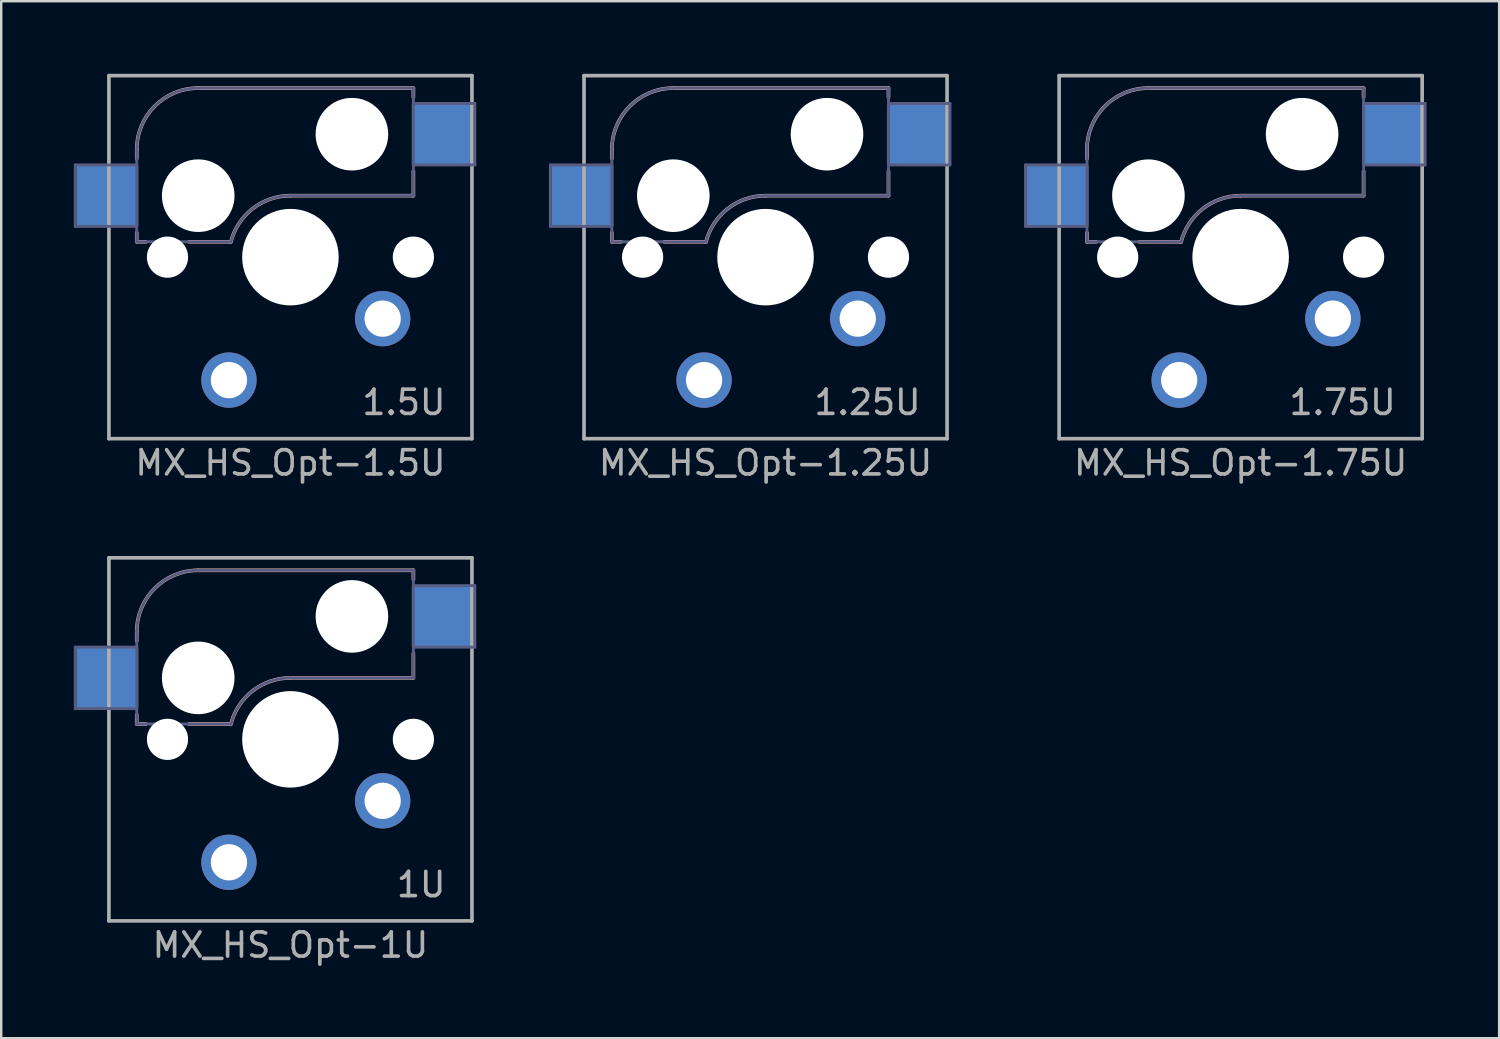
<source format=kicad_pcb>
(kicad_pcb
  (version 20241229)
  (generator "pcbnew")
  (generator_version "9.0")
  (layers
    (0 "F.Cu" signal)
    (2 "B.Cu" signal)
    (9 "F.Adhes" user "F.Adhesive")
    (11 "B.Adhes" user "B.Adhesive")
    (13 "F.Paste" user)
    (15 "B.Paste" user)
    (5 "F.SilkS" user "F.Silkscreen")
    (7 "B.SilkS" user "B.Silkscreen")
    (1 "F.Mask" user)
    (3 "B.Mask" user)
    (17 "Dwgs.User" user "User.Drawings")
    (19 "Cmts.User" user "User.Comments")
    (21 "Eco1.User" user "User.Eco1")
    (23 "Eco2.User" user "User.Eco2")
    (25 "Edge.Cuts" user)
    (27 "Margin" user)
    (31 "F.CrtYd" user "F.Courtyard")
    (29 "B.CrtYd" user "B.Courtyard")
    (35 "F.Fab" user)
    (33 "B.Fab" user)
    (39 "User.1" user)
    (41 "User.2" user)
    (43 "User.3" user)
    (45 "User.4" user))
  (footprint "MX_HS_Opt-1.75U"
    (layer "F.Cu")
    (at 48.21 7.575)
    (property "Reference" "MX_HS_Opt-1.75U" (at 0 8.5 0) (unlocked yes) (layer "F.Fab") (effects (font (size 1 1) (thickness 0.15))))
    (fp_line (start -6.35 -4.445) (end -6.35 -4.064) (stroke (width 0.15) (type solid)) (layer "B.SilkS"))
    (fp_line (start -6.35 -1.016) (end -6.35 -0.635) (stroke (width 0.15) (type solid)) (layer "B.SilkS"))
    (fp_line (start -6.35 -0.635) (end -5.969 -0.635) (stroke (width 0.15) (type solid)) (layer "B.SilkS"))
    (fp_line (start -4.191 -0.635) (end -2.54 -0.635) (stroke (width 0.15) (type solid)) (layer "B.SilkS"))
    (fp_line (start 0 -2.54) (end 5.08 -2.54) (stroke (width 0.15) (type solid)) (layer "B.SilkS"))
    (fp_line (start 5.08 -6.985) (end -3.81 -6.985) (stroke (width 0.15) (type solid)) (layer "B.SilkS"))
    (fp_line (start 5.08 -6.604) (end 5.08 -6.985) (stroke (width 0.15) (type solid)) (layer "B.SilkS"))
    (fp_line (start 5.08 -2.54) (end 5.08 -3.556) (stroke (width 0.15) (type solid)) (layer "B.SilkS"))
    (fp_arc (start -6.35 -4.445) (mid -5.606051 -6.241051) (end -3.81 -6.985) (stroke (width 0.15) (type solid)) (layer "B.SilkS"))
    (fp_arc (start -2.464162 -0.61604) (mid -1.563147 -2.002042) (end 0 -2.54) (stroke (width 0.15) (type solid)) (layer "B.SilkS"))
    (fp_line (start -6.9 6.9) (end -6.9 -6.9) (stroke (width 0.15) (type solid)) (layer "Eco2.User"))
    (fp_line (start -6.9 6.9) (end 6.9 6.9) (stroke (width 0.15) (type solid)) (layer "Eco2.User"))
    (fp_line (start 6.9 -6.9) (end -6.9 -6.9) (stroke (width 0.15) (type solid)) (layer "Eco2.User"))
    (fp_line (start 6.9 -6.9) (end 6.9 6.9) (stroke (width 0.15) (type solid)) (layer "Eco2.User"))
    (fp_line (start -8.89 -3.81) (end -8.89 -1.27) (stroke (width 0.12) (type solid)) (layer "B.Fab"))
    (fp_line (start -8.89 -1.27) (end -6.35 -1.27) (stroke (width 0.12) (type solid)) (layer "B.Fab"))
    (fp_line (start -6.35 -4.445) (end -6.35 -0.635) (stroke (width 0.12) (type solid)) (layer "B.Fab"))
    (fp_line (start -6.35 -3.81) (end -8.89 -3.81) (stroke (width 0.12) (type solid)) (layer "B.Fab"))
    (fp_line (start -6.35 -0.635) (end -2.54 -0.635) (stroke (width 0.12) (type solid)) (layer "B.Fab"))
    (fp_line (start 0 -2.54) (end 5.08 -2.54) (stroke (width 0.12) (type solid)) (layer "B.Fab"))
    (fp_line (start 5.08 -6.985) (end -3.81 -6.985) (stroke (width 0.12) (type solid)) (layer "B.Fab"))
    (fp_line (start 5.08 -3.81) (end 7.62 -3.81) (stroke (width 0.12) (type solid)) (layer "B.Fab"))
    (fp_line (start 5.08 -2.54) (end 5.08 -6.985) (stroke (width 0.12) (type solid)) (layer "B.Fab"))
    (fp_line (start 7.62 -6.35) (end 5.08 -6.35) (stroke (width 0.12) (type solid)) (layer "B.Fab"))
    (fp_line (start 7.62 -3.81) (end 7.62 -6.35) (stroke (width 0.12) (type solid)) (layer "B.Fab"))
    (fp_arc (start -6.35 -4.445) (mid -5.606051 -6.241051) (end -3.81 -6.985) (stroke (width 0.12) (type solid)) (layer "B.Fab"))
    (fp_arc (start -2.464162 -0.61604) (mid -1.563147 -2.002042) (end 0 -2.54) (stroke (width 0.12) (type solid)) (layer "B.Fab"))
    (fp_line (start -7.5 -7.5) (end 7.5 -7.5) (stroke (width 0.15) (type solid)) (layer "F.Fab"))
    (fp_line (start -7.5 7.5) (end -7.5 -7.5) (stroke (width 0.15) (type solid)) (layer "F.Fab"))
    (fp_line (start 7.5 -7.5) (end 7.5 7.5) (stroke (width 0.15) (type solid)) (layer "F.Fab"))
    (fp_line (start 7.5 7.5) (end -7.5 7.5) (stroke (width 0.15) (type solid)) (layer "F.Fab"))
    (fp_text user "1.75U" (at 6.5 6 0) (unlocked yes) (layer "F.Fab") (effects (font (size 1 1) (thickness 0.15)) (justify right)))
    (pad "" np_thru_hole circle (at -5.08 0 180) (size 1.702 1.702) (drill 1.702) (layers "*.Cu" "*.Mask"))
    (pad "" np_thru_hole circle (at -3.81 -2.54 180) (size 3 3) (drill 3) (layers "*.Cu" "*.Mask"))
    (pad "" np_thru_hole circle (at 0 0 180) (size 3.988 3.988) (drill 3.988) (layers "*.Cu" "*.Mask"))
    (pad "" np_thru_hole circle (at 2.54 -5.08 180) (size 3 3) (drill 3) (layers "*.Cu" "*.Mask"))
    (pad "" np_thru_hole circle (at 5.08 0 180) (size 1.702 1.702) (drill 1.702) (layers "*.Cu" "*.Mask"))
    (pad "1" thru_hole circle (at 3.81 2.54 180) (size 2.286 2.286) (drill 1.499) (layers "*.Cu" "*.Mask"))
    (pad "1" smd rect (at 6.29 -5.08 180) (size 2.55 2.5) (layers "B.Cu" "B.Mask" "B.Paste"))
    (pad "2" smd rect (at -7.56 -2.54 180) (size 2.55 2.5) (layers "B.Cu" "B.Mask" "B.Paste"))
    (pad "2" thru_hole circle (at -2.54 5.08 180) (size 2.286 2.286) (drill 1.499) (layers "*.Cu" "*.Mask")))
  (footprint "MX_HS_Opt-1U"
    (layer "F.Cu")
    (at 8.95 27.498)
    (property "Reference" "MX_HS_Opt-1U" (at 0 8.5 0) (unlocked yes) (layer "F.Fab") (effects (font (size 1 1) (thickness 0.15))))
    (fp_line (start -6.35 -4.445) (end -6.35 -4.064) (stroke (width 0.15) (type solid)) (layer "B.SilkS"))
    (fp_line (start -6.35 -1.016) (end -6.35 -0.635) (stroke (width 0.15) (type solid)) (layer "B.SilkS"))
    (fp_line (start -6.35 -0.635) (end -5.969 -0.635) (stroke (width 0.15) (type solid)) (layer "B.SilkS"))
    (fp_line (start -4.191 -0.635) (end -2.54 -0.635) (stroke (width 0.15) (type solid)) (layer "B.SilkS"))
    (fp_line (start 0 -2.54) (end 5.08 -2.54) (stroke (width 0.15) (type solid)) (layer "B.SilkS"))
    (fp_line (start 5.08 -6.985) (end -3.81 -6.985) (stroke (width 0.15) (type solid)) (layer "B.SilkS"))
    (fp_line (start 5.08 -6.604) (end 5.08 -6.985) (stroke (width 0.15) (type solid)) (layer "B.SilkS"))
    (fp_line (start 5.08 -2.54) (end 5.08 -3.556) (stroke (width 0.15) (type solid)) (layer "B.SilkS"))
    (fp_arc (start -6.35 -4.445) (mid -5.606051 -6.241051) (end -3.81 -6.985) (stroke (width 0.15) (type solid)) (layer "B.SilkS"))
    (fp_arc (start -2.464162 -0.61604) (mid -1.563147 -2.002042) (end 0 -2.54) (stroke (width 0.15) (type solid)) (layer "B.SilkS"))
    (fp_line (start -6.9 6.9) (end -6.9 -6.9) (stroke (width 0.15) (type solid)) (layer "Eco2.User"))
    (fp_line (start -6.9 6.9) (end 6.9 6.9) (stroke (width 0.15) (type solid)) (layer "Eco2.User"))
    (fp_line (start 6.9 -6.9) (end -6.9 -6.9) (stroke (width 0.15) (type solid)) (layer "Eco2.User"))
    (fp_line (start 6.9 -6.9) (end 6.9 6.9) (stroke (width 0.15) (type solid)) (layer "Eco2.User"))
    (fp_line (start -8.89 -3.81) (end -8.89 -1.27) (stroke (width 0.12) (type solid)) (layer "B.Fab"))
    (fp_line (start -8.89 -1.27) (end -6.35 -1.27) (stroke (width 0.12) (type solid)) (layer "B.Fab"))
    (fp_line (start -6.35 -4.445) (end -6.35 -0.635) (stroke (width 0.12) (type solid)) (layer "B.Fab"))
    (fp_line (start -6.35 -3.81) (end -8.89 -3.81) (stroke (width 0.12) (type solid)) (layer "B.Fab"))
    (fp_line (start -6.35 -0.635) (end -2.54 -0.635) (stroke (width 0.12) (type solid)) (layer "B.Fab"))
    (fp_line (start 0 -2.54) (end 5.08 -2.54) (stroke (width 0.12) (type solid)) (layer "B.Fab"))
    (fp_line (start 5.08 -6.985) (end -3.81 -6.985) (stroke (width 0.12) (type solid)) (layer "B.Fab"))
    (fp_line (start 5.08 -3.81) (end 7.62 -3.81) (stroke (width 0.12) (type solid)) (layer "B.Fab"))
    (fp_line (start 5.08 -2.54) (end 5.08 -6.985) (stroke (width 0.12) (type solid)) (layer "B.Fab"))
    (fp_line (start 7.62 -6.35) (end 5.08 -6.35) (stroke (width 0.12) (type solid)) (layer "B.Fab"))
    (fp_line (start 7.62 -3.81) (end 7.62 -6.35) (stroke (width 0.12) (type solid)) (layer "B.Fab"))
    (fp_arc (start -6.35 -4.445) (mid -5.606051 -6.241051) (end -3.81 -6.985) (stroke (width 0.12) (type solid)) (layer "B.Fab"))
    (fp_arc (start -2.464162 -0.61604) (mid -1.563147 -2.002042) (end 0 -2.54) (stroke (width 0.12) (type solid)) (layer "B.Fab"))
    (fp_line (start -7.5 -7.5) (end 7.5 -7.5) (stroke (width 0.15) (type solid)) (layer "F.Fab"))
    (fp_line (start -7.5 7.5) (end -7.5 -7.5) (stroke (width 0.15) (type solid)) (layer "F.Fab"))
    (fp_line (start 7.5 -7.5) (end 7.5 7.5) (stroke (width 0.15) (type solid)) (layer "F.Fab"))
    (fp_line (start 7.5 7.5) (end -7.5 7.5) (stroke (width 0.15) (type solid)) (layer "F.Fab"))
    (fp_text user "1U" (at 6.5 6 0) (unlocked yes) (layer "F.Fab") (effects (font (size 1 1) (thickness 0.15)) (justify right)))
    (pad "" np_thru_hole circle (at -5.08 0 180) (size 1.702 1.702) (drill 1.702) (layers "*.Cu" "*.Mask"))
    (pad "" np_thru_hole circle (at -3.81 -2.54 180) (size 3 3) (drill 3) (layers "*.Cu" "*.Mask"))
    (pad "" np_thru_hole circle (at 0 0 180) (size 3.988 3.988) (drill 3.988) (layers "*.Cu" "*.Mask"))
    (pad "" np_thru_hole circle (at 2.54 -5.08 180) (size 3 3) (drill 3) (layers "*.Cu" "*.Mask"))
    (pad "" np_thru_hole circle (at 5.08 0 180) (size 1.702 1.702) (drill 1.702) (layers "*.Cu" "*.Mask"))
    (pad "1" thru_hole circle (at 3.81 2.54 180) (size 2.286 2.286) (drill 1.499) (layers "*.Cu" "*.Mask"))
    (pad "1" smd rect (at 6.29 -5.08 180) (size 2.55 2.5) (layers "B.Cu" "B.Mask" "B.Paste"))
    (pad "2" smd rect (at -7.56 -2.54 180) (size 2.55 2.5) (layers "B.Cu" "B.Mask" "B.Paste"))
    (pad "2" thru_hole circle (at -2.54 5.08 180) (size 2.286 2.286) (drill 1.499) (layers "*.Cu" "*.Mask")))
  (footprint "MX_HS_Opt-1.5U"
    (layer "F.Cu")
    (at 8.95 7.575)
    (property "Reference" "MX_HS_Opt-1.5U" (at 0 8.5 0) (unlocked yes) (layer "F.Fab") (effects (font (size 1 1) (thickness 0.15))))
    (fp_line (start -6.35 -4.445) (end -6.35 -4.064) (stroke (width 0.15) (type solid)) (layer "B.SilkS"))
    (fp_line (start -6.35 -1.016) (end -6.35 -0.635) (stroke (width 0.15) (type solid)) (layer "B.SilkS"))
    (fp_line (start -6.35 -0.635) (end -5.969 -0.635) (stroke (width 0.15) (type solid)) (layer "B.SilkS"))
    (fp_line (start -4.191 -0.635) (end -2.54 -0.635) (stroke (width 0.15) (type solid)) (layer "B.SilkS"))
    (fp_line (start 0 -2.54) (end 5.08 -2.54) (stroke (width 0.15) (type solid)) (layer "B.SilkS"))
    (fp_line (start 5.08 -6.985) (end -3.81 -6.985) (stroke (width 0.15) (type solid)) (layer "B.SilkS"))
    (fp_line (start 5.08 -6.604) (end 5.08 -6.985) (stroke (width 0.15) (type solid)) (layer "B.SilkS"))
    (fp_line (start 5.08 -2.54) (end 5.08 -3.556) (stroke (width 0.15) (type solid)) (layer "B.SilkS"))
    (fp_arc (start -6.35 -4.445) (mid -5.606051 -6.241051) (end -3.81 -6.985) (stroke (width 0.15) (type solid)) (layer "B.SilkS"))
    (fp_arc (start -2.464162 -0.61604) (mid -1.563147 -2.002042) (end 0 -2.54) (stroke (width 0.15) (type solid)) (layer "B.SilkS"))
    (fp_line (start -6.9 6.9) (end -6.9 -6.9) (stroke (width 0.15) (type solid)) (layer "Eco2.User"))
    (fp_line (start -6.9 6.9) (end 6.9 6.9) (stroke (width 0.15) (type solid)) (layer "Eco2.User"))
    (fp_line (start 6.9 -6.9) (end -6.9 -6.9) (stroke (width 0.15) (type solid)) (layer "Eco2.User"))
    (fp_line (start 6.9 -6.9) (end 6.9 6.9) (stroke (width 0.15) (type solid)) (layer "Eco2.User"))
    (fp_line (start -8.89 -3.81) (end -8.89 -1.27) (stroke (width 0.12) (type solid)) (layer "B.Fab"))
    (fp_line (start -8.89 -1.27) (end -6.35 -1.27) (stroke (width 0.12) (type solid)) (layer "B.Fab"))
    (fp_line (start -6.35 -4.445) (end -6.35 -0.635) (stroke (width 0.12) (type solid)) (layer "B.Fab"))
    (fp_line (start -6.35 -3.81) (end -8.89 -3.81) (stroke (width 0.12) (type solid)) (layer "B.Fab"))
    (fp_line (start -6.35 -0.635) (end -2.54 -0.635) (stroke (width 0.12) (type solid)) (layer "B.Fab"))
    (fp_line (start 0 -2.54) (end 5.08 -2.54) (stroke (width 0.12) (type solid)) (layer "B.Fab"))
    (fp_line (start 5.08 -6.985) (end -3.81 -6.985) (stroke (width 0.12) (type solid)) (layer "B.Fab"))
    (fp_line (start 5.08 -3.81) (end 7.62 -3.81) (stroke (width 0.12) (type solid)) (layer "B.Fab"))
    (fp_line (start 5.08 -2.54) (end 5.08 -6.985) (stroke (width 0.12) (type solid)) (layer "B.Fab"))
    (fp_line (start 7.62 -6.35) (end 5.08 -6.35) (stroke (width 0.12) (type solid)) (layer "B.Fab"))
    (fp_line (start 7.62 -3.81) (end 7.62 -6.35) (stroke (width 0.12) (type solid)) (layer "B.Fab"))
    (fp_arc (start -6.35 -4.445) (mid -5.606051 -6.241051) (end -3.81 -6.985) (stroke (width 0.12) (type solid)) (layer "B.Fab"))
    (fp_arc (start -2.464162 -0.61604) (mid -1.563147 -2.002042) (end 0 -2.54) (stroke (width 0.12) (type solid)) (layer "B.Fab"))
    (fp_line (start -7.5 -7.5) (end 7.5 -7.5) (stroke (width 0.15) (type solid)) (layer "F.Fab"))
    (fp_line (start -7.5 7.5) (end -7.5 -7.5) (stroke (width 0.15) (type solid)) (layer "F.Fab"))
    (fp_line (start 7.5 -7.5) (end 7.5 7.5) (stroke (width 0.15) (type solid)) (layer "F.Fab"))
    (fp_line (start 7.5 7.5) (end -7.5 7.5) (stroke (width 0.15) (type solid)) (layer "F.Fab"))
    (fp_text user "1.5U" (at 6.5 6 0) (unlocked yes) (layer "F.Fab") (effects (font (size 1 1) (thickness 0.15)) (justify right)))
    (pad "" np_thru_hole circle (at -5.08 0 180) (size 1.702 1.702) (drill 1.702) (layers "*.Cu" "*.Mask"))
    (pad "" np_thru_hole circle (at -3.81 -2.54 180) (size 3 3) (drill 3) (layers "*.Cu" "*.Mask"))
    (pad "" np_thru_hole circle (at 0 0 180) (size 3.988 3.988) (drill 3.988) (layers "*.Cu" "*.Mask"))
    (pad "" np_thru_hole circle (at 2.54 -5.08 180) (size 3 3) (drill 3) (layers "*.Cu" "*.Mask"))
    (pad "" np_thru_hole circle (at 5.08 0 180) (size 1.702 1.702) (drill 1.702) (layers "*.Cu" "*.Mask"))
    (pad "1" thru_hole circle (at 3.81 2.54 180) (size 2.286 2.286) (drill 1.499) (layers "*.Cu" "*.Mask"))
    (pad "1" smd rect (at 6.29 -5.08 180) (size 2.55 2.5) (layers "B.Cu" "B.Mask" "B.Paste"))
    (pad "2" smd rect (at -7.56 -2.54 180) (size 2.55 2.5) (layers "B.Cu" "B.Mask" "B.Paste"))
    (pad "2" thru_hole circle (at -2.54 5.08 180) (size 2.286 2.286) (drill 1.499) (layers "*.Cu" "*.Mask")))
  (footprint "MX_HS_Opt-1.25U"
    (layer "F.Cu")
    (at 28.58 7.575)
    (property "Reference" "MX_HS_Opt-1.25U" (at 0 8.5 0) (unlocked yes) (layer "F.Fab") (effects (font (size 1 1) (thickness 0.15))))
    (fp_line (start -6.35 -4.445) (end -6.35 -4.064) (stroke (width 0.15) (type solid)) (layer "B.SilkS"))
    (fp_line (start -6.35 -1.016) (end -6.35 -0.635) (stroke (width 0.15) (type solid)) (layer "B.SilkS"))
    (fp_line (start -6.35 -0.635) (end -5.969 -0.635) (stroke (width 0.15) (type solid)) (layer "B.SilkS"))
    (fp_line (start -4.191 -0.635) (end -2.54 -0.635) (stroke (width 0.15) (type solid)) (layer "B.SilkS"))
    (fp_line (start 0 -2.54) (end 5.08 -2.54) (stroke (width 0.15) (type solid)) (layer "B.SilkS"))
    (fp_line (start 5.08 -6.985) (end -3.81 -6.985) (stroke (width 0.15) (type solid)) (layer "B.SilkS"))
    (fp_line (start 5.08 -6.604) (end 5.08 -6.985) (stroke (width 0.15) (type solid)) (layer "B.SilkS"))
    (fp_line (start 5.08 -2.54) (end 5.08 -3.556) (stroke (width 0.15) (type solid)) (layer "B.SilkS"))
    (fp_arc (start -6.35 -4.445) (mid -5.606051 -6.241051) (end -3.81 -6.985) (stroke (width 0.15) (type solid)) (layer "B.SilkS"))
    (fp_arc (start -2.464162 -0.61604) (mid -1.563147 -2.002042) (end 0 -2.54) (stroke (width 0.15) (type solid)) (layer "B.SilkS"))
    (fp_line (start -6.9 6.9) (end -6.9 -6.9) (stroke (width 0.15) (type solid)) (layer "Eco2.User"))
    (fp_line (start -6.9 6.9) (end 6.9 6.9) (stroke (width 0.15) (type solid)) (layer "Eco2.User"))
    (fp_line (start 6.9 -6.9) (end -6.9 -6.9) (stroke (width 0.15) (type solid)) (layer "Eco2.User"))
    (fp_line (start 6.9 -6.9) (end 6.9 6.9) (stroke (width 0.15) (type solid)) (layer "Eco2.User"))
    (fp_line (start -8.89 -3.81) (end -8.89 -1.27) (stroke (width 0.12) (type solid)) (layer "B.Fab"))
    (fp_line (start -8.89 -1.27) (end -6.35 -1.27) (stroke (width 0.12) (type solid)) (layer "B.Fab"))
    (fp_line (start -6.35 -4.445) (end -6.35 -0.635) (stroke (width 0.12) (type solid)) (layer "B.Fab"))
    (fp_line (start -6.35 -3.81) (end -8.89 -3.81) (stroke (width 0.12) (type solid)) (layer "B.Fab"))
    (fp_line (start -6.35 -0.635) (end -2.54 -0.635) (stroke (width 0.12) (type solid)) (layer "B.Fab"))
    (fp_line (start 0 -2.54) (end 5.08 -2.54) (stroke (width 0.12) (type solid)) (layer "B.Fab"))
    (fp_line (start 5.08 -6.985) (end -3.81 -6.985) (stroke (width 0.12) (type solid)) (layer "B.Fab"))
    (fp_line (start 5.08 -3.81) (end 7.62 -3.81) (stroke (width 0.12) (type solid)) (layer "B.Fab"))
    (fp_line (start 5.08 -2.54) (end 5.08 -6.985) (stroke (width 0.12) (type solid)) (layer "B.Fab"))
    (fp_line (start 7.62 -6.35) (end 5.08 -6.35) (stroke (width 0.12) (type solid)) (layer "B.Fab"))
    (fp_line (start 7.62 -3.81) (end 7.62 -6.35) (stroke (width 0.12) (type solid)) (layer "B.Fab"))
    (fp_arc (start -6.35 -4.445) (mid -5.606051 -6.241051) (end -3.81 -6.985) (stroke (width 0.12) (type solid)) (layer "B.Fab"))
    (fp_arc (start -2.464162 -0.61604) (mid -1.563147 -2.002042) (end 0 -2.54) (stroke (width 0.12) (type solid)) (layer "B.Fab"))
    (fp_line (start -7.5 -7.5) (end 7.5 -7.5) (stroke (width 0.15) (type solid)) (layer "F.Fab"))
    (fp_line (start -7.5 7.5) (end -7.5 -7.5) (stroke (width 0.15) (type solid)) (layer "F.Fab"))
    (fp_line (start 7.5 -7.5) (end 7.5 7.5) (stroke (width 0.15) (type solid)) (layer "F.Fab"))
    (fp_line (start 7.5 7.5) (end -7.5 7.5) (stroke (width 0.15) (type solid)) (layer "F.Fab"))
    (fp_text user "1.25U" (at 6.5 6 0) (unlocked yes) (layer "F.Fab") (effects (font (size 1 1) (thickness 0.15)) (justify right)))
    (pad "" np_thru_hole circle (at -5.08 0 180) (size 1.702 1.702) (drill 1.702) (layers "*.Cu" "*.Mask"))
    (pad "" np_thru_hole circle (at -3.81 -2.54 180) (size 3 3) (drill 3) (layers "*.Cu" "*.Mask"))
    (pad "" np_thru_hole circle (at 0 0 180) (size 3.988 3.988) (drill 3.988) (layers "*.Cu" "*.Mask"))
    (pad "" np_thru_hole circle (at 2.54 -5.08 180) (size 3 3) (drill 3) (layers "*.Cu" "*.Mask"))
    (pad "" np_thru_hole circle (at 5.08 0 180) (size 1.702 1.702) (drill 1.702) (layers "*.Cu" "*.Mask"))
    (pad "1" thru_hole circle (at 3.81 2.54 180) (size 2.286 2.286) (drill 1.499) (layers "*.Cu" "*.Mask"))
    (pad "1" smd rect (at 6.29 -5.08 180) (size 2.55 2.5) (layers "B.Cu" "B.Mask" "B.Paste"))
    (pad "2" smd rect (at -7.56 -2.54 180) (size 2.55 2.5) (layers "B.Cu" "B.Mask" "B.Paste"))
    (pad "2" thru_hole circle (at -2.54 5.08 180) (size 2.286 2.286) (drill 1.499) (layers "*.Cu" "*.Mask")))
  (gr_rect
    (start -3 -3)
    (end 58.89 39.846)
    (stroke (width 0.1) (type default))
    (fill no)
    (layer "Edge.Cuts")))
</source>
